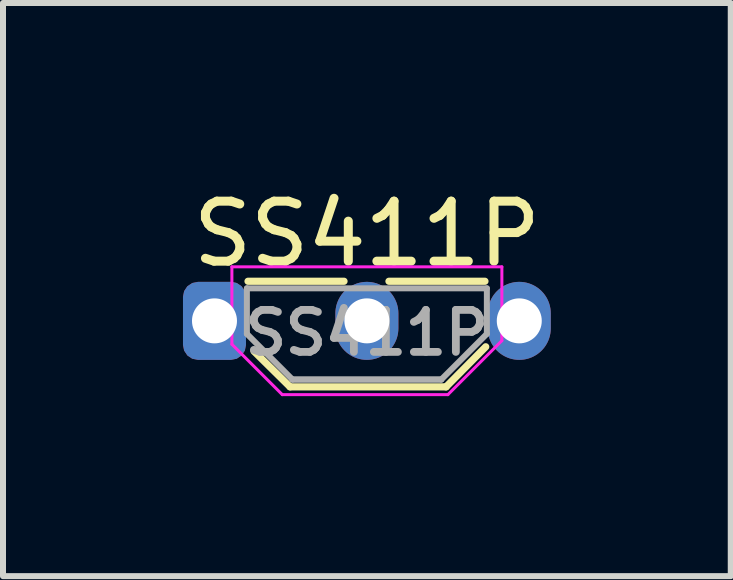
<source format=kicad_pcb>
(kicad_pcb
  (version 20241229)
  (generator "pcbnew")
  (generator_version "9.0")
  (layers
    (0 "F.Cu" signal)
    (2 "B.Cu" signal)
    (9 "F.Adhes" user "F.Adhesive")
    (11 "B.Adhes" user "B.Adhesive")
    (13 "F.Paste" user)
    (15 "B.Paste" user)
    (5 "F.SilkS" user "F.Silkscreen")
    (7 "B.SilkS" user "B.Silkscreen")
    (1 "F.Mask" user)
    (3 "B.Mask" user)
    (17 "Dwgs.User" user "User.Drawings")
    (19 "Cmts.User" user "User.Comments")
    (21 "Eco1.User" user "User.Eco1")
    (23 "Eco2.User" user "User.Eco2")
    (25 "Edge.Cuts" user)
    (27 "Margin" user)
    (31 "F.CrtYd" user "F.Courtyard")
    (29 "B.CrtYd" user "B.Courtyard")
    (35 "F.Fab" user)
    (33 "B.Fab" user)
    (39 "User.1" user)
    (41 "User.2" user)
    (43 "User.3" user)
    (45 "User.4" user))
  (footprint "SS411P"
    (layer "F.Cu")
    (at 3.065 2.298)
    (property "Reference" "SS411P" (at 0 -1.45 0) (layer "F.SilkS") (effects (font (size 1 1) (thickness 0.15))))
    (attr through_hole)
    (fp_line (start -1.28 1.1) (end -1.88 0.508) (stroke (width 0.12) (type solid)) (layer "F.SilkS"))
    (fp_line (start -1.28 1.1) (end 1.32 1.1) (stroke (width 0.12) (type solid)) (layer "F.SilkS"))
    (fp_line (start -0.381 -0.66) (end -1.981 -0.66) (stroke (width 0.12) (type solid)) (layer "F.SilkS"))
    (fp_line (start 1.32 1.1) (end 1.981 0.432) (stroke (width 0.12) (type solid)) (layer "F.SilkS"))
    (fp_line (start 1.968 -0.66) (end 0.368 -0.66) (stroke (width 0.12) (type solid)) (layer "F.SilkS"))
    (fp_line (start -2.25 -0.9) (end 2.25 -0.9) (stroke (width 0.05) (type solid)) (layer "F.CrtYd"))
    (fp_line (start -2.25 0.39) (end -2.25 -0.9) (stroke (width 0.05) (type solid)) (layer "F.CrtYd"))
    (fp_line (start -1.41 1.23) (end -2.25 0.39) (stroke (width 0.05) (type solid)) (layer "F.CrtYd"))
    (fp_line (start 1.35 1.23) (end -1.41 1.23) (stroke (width 0.05) (type solid)) (layer "F.CrtYd"))
    (fp_line (start 2.25 -0.9) (end 2.25 0.33) (stroke (width 0.05) (type solid)) (layer "F.CrtYd"))
    (fp_line (start 2.25 0.33) (end 1.35 1.23) (stroke (width 0.05) (type solid)) (layer "F.CrtYd"))
    (fp_line (start -2 -0.542) (end -2 0.217) (stroke (width 0.1) (type solid)) (layer "F.Fab"))
    (fp_line (start -1.24 0.978) (end -2 0.217) (stroke (width 0.1) (type solid)) (layer "F.Fab"))
    (fp_line (start 1.24 0.978) (end -1.24 0.978) (stroke (width 0.1) (type solid)) (layer "F.Fab"))
    (fp_line (start 1.24 0.978) (end -1.24 0.978) (stroke (width 0.1) (type solid)) (layer "F.Fab"))
    (fp_line (start 2 -0.542) (end -2 -0.542) (stroke (width 0.1) (type solid)) (layer "F.Fab"))
    (fp_line (start 2 -0.542) (end 2 0.217) (stroke (width 0.1) (type solid)) (layer "F.Fab"))
    (fp_line (start 2 0.217) (end 1.24 0.978) (stroke (width 0.1) (type solid)) (layer "F.Fab"))
    (fp_text user "${REFERENCE}" (at 0 0.2 0) (layer "F.Fab") (effects (font (size 0.7 0.7) (thickness 0.13))))
    (pad "1" thru_hole roundrect (at -2.54 0) (size 1.05 1.3) (drill 0.75) (layers "*.Cu" "*.Mask") (roundrect_rratio 0.238))
    (pad "2" thru_hole oval (at 0 0) (size 1.05 1.3) (drill 0.75) (layers "*.Cu" "*.Mask"))
    (pad "3" thru_hole oval (at 2.54 0) (size 1.05 1.3) (drill 0.75) (layers "*.Cu" "*.Mask")))
  (gr_rect
    (start -3 -3)
    (end 9.13 6.553)
    (stroke (width 0.1) (type default))
    (fill no)
    (layer "Edge.Cuts")))
</source>
